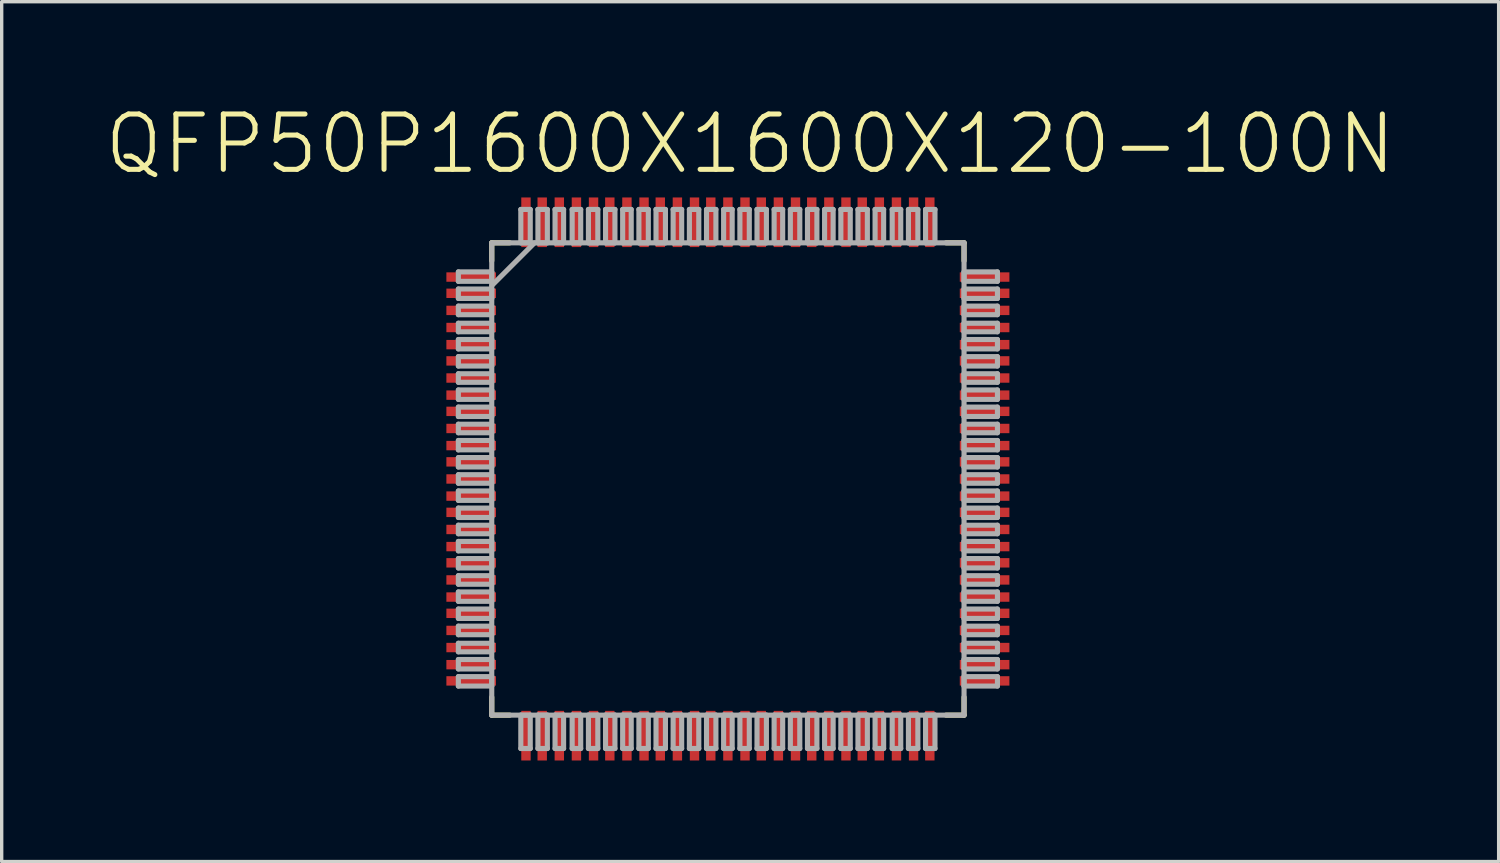
<source format=kicad_pcb>
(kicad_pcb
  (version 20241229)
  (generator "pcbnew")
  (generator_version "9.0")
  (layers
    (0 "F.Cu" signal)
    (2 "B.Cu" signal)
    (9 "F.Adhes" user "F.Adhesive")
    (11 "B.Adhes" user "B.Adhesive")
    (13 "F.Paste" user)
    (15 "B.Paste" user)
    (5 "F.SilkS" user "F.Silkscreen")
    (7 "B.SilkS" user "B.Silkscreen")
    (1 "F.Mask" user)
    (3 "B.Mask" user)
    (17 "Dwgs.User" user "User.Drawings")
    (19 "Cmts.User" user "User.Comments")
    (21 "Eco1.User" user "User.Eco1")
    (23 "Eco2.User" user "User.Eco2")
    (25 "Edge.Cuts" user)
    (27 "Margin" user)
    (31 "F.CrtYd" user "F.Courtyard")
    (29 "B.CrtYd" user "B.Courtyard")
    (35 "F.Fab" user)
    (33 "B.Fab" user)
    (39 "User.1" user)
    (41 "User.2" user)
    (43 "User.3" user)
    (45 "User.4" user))
  (footprint "QFP50P1600X1600X120-100N"
    (layer "F.Cu")
    (at 18.557 11.168)
    (property "Reference" "QFP50P1600X1600X120-100N" (at 0.661 -9.944 0) (layer "F.SilkS") (effects (font (size 1.642 1.642) (thickness 0.15))))
    (attr smd)
    (fp_line (start -7.01 -7.01) (end -7.01 -6.477) (stroke (width 0.152) (type solid)) (layer "F.SilkS"))
    (fp_line (start -7.01 6.477) (end -7.01 7.01) (stroke (width 0.152) (type solid)) (layer "F.SilkS"))
    (fp_line (start -7.01 7.01) (end -6.477 7.01) (stroke (width 0.152) (type solid)) (layer "F.SilkS"))
    (fp_line (start -6.477 -7.01) (end -7.01 -7.01) (stroke (width 0.152) (type solid)) (layer "F.SilkS"))
    (fp_line (start 6.477 7.01) (end 7.01 7.01) (stroke (width 0.152) (type solid)) (layer "F.SilkS"))
    (fp_line (start 7.01 -7.01) (end 6.477 -7.01) (stroke (width 0.152) (type solid)) (layer "F.SilkS"))
    (fp_line (start 7.01 -6.477) (end 7.01 -7.01) (stroke (width 0.152) (type solid)) (layer "F.SilkS"))
    (fp_line (start 7.01 7.01) (end 7.01 6.477) (stroke (width 0.152) (type solid)) (layer "F.SilkS"))
    (fp_line (start -8.001 -6.147) (end -8.001 -5.867) (stroke (width 0.152) (type solid)) (layer "F.Fab"))
    (fp_line (start -8.001 -5.867) (end -7.01 -5.867) (stroke (width 0.152) (type solid)) (layer "F.Fab"))
    (fp_line (start -8.001 -5.639) (end -8.001 -5.359) (stroke (width 0.152) (type solid)) (layer "F.Fab"))
    (fp_line (start -8.001 -5.359) (end -7.01 -5.359) (stroke (width 0.152) (type solid)) (layer "F.Fab"))
    (fp_line (start -8.001 -5.131) (end -8.001 -4.877) (stroke (width 0.152) (type solid)) (layer "F.Fab"))
    (fp_line (start -8.001 -4.877) (end -7.01 -4.877) (stroke (width 0.152) (type solid)) (layer "F.Fab"))
    (fp_line (start -8.001 -4.623) (end -8.001 -4.369) (stroke (width 0.152) (type solid)) (layer "F.Fab"))
    (fp_line (start -8.001 -4.369) (end -7.01 -4.369) (stroke (width 0.152) (type solid)) (layer "F.Fab"))
    (fp_line (start -8.001 -4.14) (end -8.001 -3.861) (stroke (width 0.152) (type solid)) (layer "F.Fab"))
    (fp_line (start -8.001 -3.861) (end -7.01 -3.861) (stroke (width 0.152) (type solid)) (layer "F.Fab"))
    (fp_line (start -8.001 -3.632) (end -8.001 -3.353) (stroke (width 0.152) (type solid)) (layer "F.Fab"))
    (fp_line (start -8.001 -3.353) (end -7.01 -3.353) (stroke (width 0.152) (type solid)) (layer "F.Fab"))
    (fp_line (start -8.001 -3.124) (end -8.001 -2.87) (stroke (width 0.152) (type solid)) (layer "F.Fab"))
    (fp_line (start -8.001 -2.87) (end -7.01 -2.87) (stroke (width 0.152) (type solid)) (layer "F.Fab"))
    (fp_line (start -8.001 -2.642) (end -8.001 -2.362) (stroke (width 0.152) (type solid)) (layer "F.Fab"))
    (fp_line (start -8.001 -2.362) (end -7.01 -2.362) (stroke (width 0.152) (type solid)) (layer "F.Fab"))
    (fp_line (start -8.001 -2.134) (end -8.001 -1.854) (stroke (width 0.152) (type solid)) (layer "F.Fab"))
    (fp_line (start -8.001 -1.854) (end -7.01 -1.854) (stroke (width 0.152) (type solid)) (layer "F.Fab"))
    (fp_line (start -8.001 -1.626) (end -8.001 -1.372) (stroke (width 0.152) (type solid)) (layer "F.Fab"))
    (fp_line (start -8.001 -1.372) (end -7.01 -1.372) (stroke (width 0.152) (type solid)) (layer "F.Fab"))
    (fp_line (start -8.001 -1.143) (end -8.001 -0.864) (stroke (width 0.152) (type solid)) (layer "F.Fab"))
    (fp_line (start -8.001 -0.864) (end -7.01 -0.864) (stroke (width 0.152) (type solid)) (layer "F.Fab"))
    (fp_line (start -8.001 -0.635) (end -8.001 -0.356) (stroke (width 0.152) (type solid)) (layer "F.Fab"))
    (fp_line (start -8.001 -0.356) (end -7.01 -0.356) (stroke (width 0.152) (type solid)) (layer "F.Fab"))
    (fp_line (start -8.001 -0.127) (end -8.001 0.127) (stroke (width 0.152) (type solid)) (layer "F.Fab"))
    (fp_line (start -8.001 0.127) (end -7.01 0.127) (stroke (width 0.152) (type solid)) (layer "F.Fab"))
    (fp_line (start -8.001 0.356) (end -8.001 0.635) (stroke (width 0.152) (type solid)) (layer "F.Fab"))
    (fp_line (start -8.001 0.635) (end -7.01 0.635) (stroke (width 0.152) (type solid)) (layer "F.Fab"))
    (fp_line (start -8.001 0.864) (end -8.001 1.143) (stroke (width 0.152) (type solid)) (layer "F.Fab"))
    (fp_line (start -8.001 1.143) (end -7.01 1.143) (stroke (width 0.152) (type solid)) (layer "F.Fab"))
    (fp_line (start -8.001 1.372) (end -8.001 1.626) (stroke (width 0.152) (type solid)) (layer "F.Fab"))
    (fp_line (start -8.001 1.626) (end -7.01 1.626) (stroke (width 0.152) (type solid)) (layer "F.Fab"))
    (fp_line (start -8.001 1.854) (end -8.001 2.134) (stroke (width 0.152) (type solid)) (layer "F.Fab"))
    (fp_line (start -8.001 2.134) (end -7.01 2.134) (stroke (width 0.152) (type solid)) (layer "F.Fab"))
    (fp_line (start -8.001 2.362) (end -8.001 2.642) (stroke (width 0.152) (type solid)) (layer "F.Fab"))
    (fp_line (start -8.001 2.642) (end -7.01 2.642) (stroke (width 0.152) (type solid)) (layer "F.Fab"))
    (fp_line (start -8.001 2.87) (end -8.001 3.124) (stroke (width 0.152) (type solid)) (layer "F.Fab"))
    (fp_line (start -8.001 3.124) (end -7.01 3.124) (stroke (width 0.152) (type solid)) (layer "F.Fab"))
    (fp_line (start -8.001 3.353) (end -8.001 3.632) (stroke (width 0.152) (type solid)) (layer "F.Fab"))
    (fp_line (start -8.001 3.632) (end -7.01 3.632) (stroke (width 0.152) (type solid)) (layer "F.Fab"))
    (fp_line (start -8.001 3.861) (end -8.001 4.14) (stroke (width 0.152) (type solid)) (layer "F.Fab"))
    (fp_line (start -8.001 4.14) (end -7.01 4.14) (stroke (width 0.152) (type solid)) (layer "F.Fab"))
    (fp_line (start -8.001 4.369) (end -8.001 4.623) (stroke (width 0.152) (type solid)) (layer "F.Fab"))
    (fp_line (start -8.001 4.623) (end -7.01 4.623) (stroke (width 0.152) (type solid)) (layer "F.Fab"))
    (fp_line (start -8.001 4.877) (end -8.001 5.131) (stroke (width 0.152) (type solid)) (layer "F.Fab"))
    (fp_line (start -8.001 5.131) (end -7.01 5.131) (stroke (width 0.152) (type solid)) (layer "F.Fab"))
    (fp_line (start -8.001 5.359) (end -8.001 5.639) (stroke (width 0.152) (type solid)) (layer "F.Fab"))
    (fp_line (start -8.001 5.639) (end -7.01 5.639) (stroke (width 0.152) (type solid)) (layer "F.Fab"))
    (fp_line (start -8.001 5.867) (end -8.001 6.147) (stroke (width 0.152) (type solid)) (layer "F.Fab"))
    (fp_line (start -8.001 6.147) (end -7.01 6.147) (stroke (width 0.152) (type solid)) (layer "F.Fab"))
    (fp_line (start -7.01 -7.01) (end -7.01 7.01) (stroke (width 0.152) (type solid)) (layer "F.Fab"))
    (fp_line (start -7.01 -6.147) (end -8.001 -6.147) (stroke (width 0.152) (type solid)) (layer "F.Fab"))
    (fp_line (start -7.01 -5.867) (end -7.01 -6.147) (stroke (width 0.152) (type solid)) (layer "F.Fab"))
    (fp_line (start -7.01 -5.74) (end -5.74 -7.01) (stroke (width 0.152) (type solid)) (layer "F.Fab"))
    (fp_line (start -7.01 -5.639) (end -8.001 -5.639) (stroke (width 0.152) (type solid)) (layer "F.Fab"))
    (fp_line (start -7.01 -5.359) (end -7.01 -5.639) (stroke (width 0.152) (type solid)) (layer "F.Fab"))
    (fp_line (start -7.01 -5.131) (end -8.001 -5.131) (stroke (width 0.152) (type solid)) (layer "F.Fab"))
    (fp_line (start -7.01 -4.877) (end -7.01 -5.131) (stroke (width 0.152) (type solid)) (layer "F.Fab"))
    (fp_line (start -7.01 -4.623) (end -8.001 -4.623) (stroke (width 0.152) (type solid)) (layer "F.Fab"))
    (fp_line (start -7.01 -4.369) (end -7.01 -4.623) (stroke (width 0.152) (type solid)) (layer "F.Fab"))
    (fp_line (start -7.01 -4.14) (end -8.001 -4.14) (stroke (width 0.152) (type solid)) (layer "F.Fab"))
    (fp_line (start -7.01 -3.861) (end -7.01 -4.14) (stroke (width 0.152) (type solid)) (layer "F.Fab"))
    (fp_line (start -7.01 -3.632) (end -8.001 -3.632) (stroke (width 0.152) (type solid)) (layer "F.Fab"))
    (fp_line (start -7.01 -3.353) (end -7.01 -3.632) (stroke (width 0.152) (type solid)) (layer "F.Fab"))
    (fp_line (start -7.01 -3.124) (end -8.001 -3.124) (stroke (width 0.152) (type solid)) (layer "F.Fab"))
    (fp_line (start -7.01 -2.87) (end -7.01 -3.124) (stroke (width 0.152) (type solid)) (layer "F.Fab"))
    (fp_line (start -7.01 -2.642) (end -8.001 -2.642) (stroke (width 0.152) (type solid)) (layer "F.Fab"))
    (fp_line (start -7.01 -2.362) (end -7.01 -2.642) (stroke (width 0.152) (type solid)) (layer "F.Fab"))
    (fp_line (start -7.01 -2.134) (end -8.001 -2.134) (stroke (width 0.152) (type solid)) (layer "F.Fab"))
    (fp_line (start -7.01 -1.854) (end -7.01 -2.134) (stroke (width 0.152) (type solid)) (layer "F.Fab"))
    (fp_line (start -7.01 -1.626) (end -8.001 -1.626) (stroke (width 0.152) (type solid)) (layer "F.Fab"))
    (fp_line (start -7.01 -1.372) (end -7.01 -1.626) (stroke (width 0.152) (type solid)) (layer "F.Fab"))
    (fp_line (start -7.01 -1.143) (end -8.001 -1.143) (stroke (width 0.152) (type solid)) (layer "F.Fab"))
    (fp_line (start -7.01 -0.864) (end -7.01 -1.143) (stroke (width 0.152) (type solid)) (layer "F.Fab"))
    (fp_line (start -7.01 -0.635) (end -8.001 -0.635) (stroke (width 0.152) (type solid)) (layer "F.Fab"))
    (fp_line (start -7.01 -0.356) (end -7.01 -0.635) (stroke (width 0.152) (type solid)) (layer "F.Fab"))
    (fp_line (start -7.01 -0.127) (end -8.001 -0.127) (stroke (width 0.152) (type solid)) (layer "F.Fab"))
    (fp_line (start -7.01 0.127) (end -7.01 -0.127) (stroke (width 0.152) (type solid)) (layer "F.Fab"))
    (fp_line (start -7.01 0.356) (end -8.001 0.356) (stroke (width 0.152) (type solid)) (layer "F.Fab"))
    (fp_line (start -7.01 0.635) (end -7.01 0.356) (stroke (width 0.152) (type solid)) (layer "F.Fab"))
    (fp_line (start -7.01 0.864) (end -8.001 0.864) (stroke (width 0.152) (type solid)) (layer "F.Fab"))
    (fp_line (start -7.01 1.143) (end -7.01 0.864) (stroke (width 0.152) (type solid)) (layer "F.Fab"))
    (fp_line (start -7.01 1.372) (end -8.001 1.372) (stroke (width 0.152) (type solid)) (layer "F.Fab"))
    (fp_line (start -7.01 1.626) (end -7.01 1.372) (stroke (width 0.152) (type solid)) (layer "F.Fab"))
    (fp_line (start -7.01 1.854) (end -8.001 1.854) (stroke (width 0.152) (type solid)) (layer "F.Fab"))
    (fp_line (start -7.01 2.134) (end -7.01 1.854) (stroke (width 0.152) (type solid)) (layer "F.Fab"))
    (fp_line (start -7.01 2.362) (end -8.001 2.362) (stroke (width 0.152) (type solid)) (layer "F.Fab"))
    (fp_line (start -7.01 2.642) (end -7.01 2.362) (stroke (width 0.152) (type solid)) (layer "F.Fab"))
    (fp_line (start -7.01 2.87) (end -8.001 2.87) (stroke (width 0.152) (type solid)) (layer "F.Fab"))
    (fp_line (start -7.01 3.124) (end -7.01 2.87) (stroke (width 0.152) (type solid)) (layer "F.Fab"))
    (fp_line (start -7.01 3.353) (end -8.001 3.353) (stroke (width 0.152) (type solid)) (layer "F.Fab"))
    (fp_line (start -7.01 3.632) (end -7.01 3.353) (stroke (width 0.152) (type solid)) (layer "F.Fab"))
    (fp_line (start -7.01 3.861) (end -8.001 3.861) (stroke (width 0.152) (type solid)) (layer "F.Fab"))
    (fp_line (start -7.01 4.14) (end -7.01 3.861) (stroke (width 0.152) (type solid)) (layer "F.Fab"))
    (fp_line (start -7.01 4.369) (end -8.001 4.369) (stroke (width 0.152) (type solid)) (layer "F.Fab"))
    (fp_line (start -7.01 4.623) (end -7.01 4.369) (stroke (width 0.152) (type solid)) (layer "F.Fab"))
    (fp_line (start -7.01 4.877) (end -8.001 4.877) (stroke (width 0.152) (type solid)) (layer "F.Fab"))
    (fp_line (start -7.01 5.131) (end -7.01 4.877) (stroke (width 0.152) (type solid)) (layer "F.Fab"))
    (fp_line (start -7.01 5.359) (end -8.001 5.359) (stroke (width 0.152) (type solid)) (layer "F.Fab"))
    (fp_line (start -7.01 5.639) (end -7.01 5.359) (stroke (width 0.152) (type solid)) (layer "F.Fab"))
    (fp_line (start -7.01 5.867) (end -8.001 5.867) (stroke (width 0.152) (type solid)) (layer "F.Fab"))
    (fp_line (start -7.01 6.147) (end -7.01 5.867) (stroke (width 0.152) (type solid)) (layer "F.Fab"))
    (fp_line (start -7.01 7.01) (end 7.01 7.01) (stroke (width 0.152) (type solid)) (layer "F.Fab"))
    (fp_line (start -6.147 -8.001) (end -6.147 -7.01) (stroke (width 0.152) (type solid)) (layer "F.Fab"))
    (fp_line (start -6.147 -7.01) (end -5.867 -7.01) (stroke (width 0.152) (type solid)) (layer "F.Fab"))
    (fp_line (start -6.147 7.01) (end -6.147 8.001) (stroke (width 0.152) (type solid)) (layer "F.Fab"))
    (fp_line (start -6.147 8.001) (end -5.867 8.001) (stroke (width 0.152) (type solid)) (layer "F.Fab"))
    (fp_line (start -5.867 -8.001) (end -6.147 -8.001) (stroke (width 0.152) (type solid)) (layer "F.Fab"))
    (fp_line (start -5.867 -7.01) (end -5.867 -8.001) (stroke (width 0.152) (type solid)) (layer "F.Fab"))
    (fp_line (start -5.867 7.01) (end -6.147 7.01) (stroke (width 0.152) (type solid)) (layer "F.Fab"))
    (fp_line (start -5.867 8.001) (end -5.867 7.01) (stroke (width 0.152) (type solid)) (layer "F.Fab"))
    (fp_line (start -5.639 -8.001) (end -5.639 -7.01) (stroke (width 0.152) (type solid)) (layer "F.Fab"))
    (fp_line (start -5.639 -7.01) (end -5.359 -7.01) (stroke (width 0.152) (type solid)) (layer "F.Fab"))
    (fp_line (start -5.639 7.01) (end -5.639 8.001) (stroke (width 0.152) (type solid)) (layer "F.Fab"))
    (fp_line (start -5.639 8.001) (end -5.359 8.001) (stroke (width 0.152) (type solid)) (layer "F.Fab"))
    (fp_line (start -5.359 -8.001) (end -5.639 -8.001) (stroke (width 0.152) (type solid)) (layer "F.Fab"))
    (fp_line (start -5.359 -7.01) (end -5.359 -8.001) (stroke (width 0.152) (type solid)) (layer "F.Fab"))
    (fp_line (start -5.359 7.01) (end -5.639 7.01) (stroke (width 0.152) (type solid)) (layer "F.Fab"))
    (fp_line (start -5.359 8.001) (end -5.359 7.01) (stroke (width 0.152) (type solid)) (layer "F.Fab"))
    (fp_line (start -5.131 -8.001) (end -5.131 -7.01) (stroke (width 0.152) (type solid)) (layer "F.Fab"))
    (fp_line (start -5.131 -7.01) (end -4.877 -7.01) (stroke (width 0.152) (type solid)) (layer "F.Fab"))
    (fp_line (start -5.131 7.01) (end -5.131 8.001) (stroke (width 0.152) (type solid)) (layer "F.Fab"))
    (fp_line (start -5.131 8.001) (end -4.877 8.001) (stroke (width 0.152) (type solid)) (layer "F.Fab"))
    (fp_line (start -4.877 -8.001) (end -5.131 -8.001) (stroke (width 0.152) (type solid)) (layer "F.Fab"))
    (fp_line (start -4.877 -7.01) (end -4.877 -8.001) (stroke (width 0.152) (type solid)) (layer "F.Fab"))
    (fp_line (start -4.877 7.01) (end -5.131 7.01) (stroke (width 0.152) (type solid)) (layer "F.Fab"))
    (fp_line (start -4.877 8.001) (end -4.877 7.01) (stroke (width 0.152) (type solid)) (layer "F.Fab"))
    (fp_line (start -4.623 -8.001) (end -4.623 -7.01) (stroke (width 0.152) (type solid)) (layer "F.Fab"))
    (fp_line (start -4.623 -7.01) (end -4.369 -7.01) (stroke (width 0.152) (type solid)) (layer "F.Fab"))
    (fp_line (start -4.623 7.01) (end -4.623 8.001) (stroke (width 0.152) (type solid)) (layer "F.Fab"))
    (fp_line (start -4.623 8.001) (end -4.369 8.001) (stroke (width 0.152) (type solid)) (layer "F.Fab"))
    (fp_line (start -4.369 -8.001) (end -4.623 -8.001) (stroke (width 0.152) (type solid)) (layer "F.Fab"))
    (fp_line (start -4.369 -7.01) (end -4.369 -8.001) (stroke (width 0.152) (type solid)) (layer "F.Fab"))
    (fp_line (start -4.369 7.01) (end -4.623 7.01) (stroke (width 0.152) (type solid)) (layer "F.Fab"))
    (fp_line (start -4.369 8.001) (end -4.369 7.01) (stroke (width 0.152) (type solid)) (layer "F.Fab"))
    (fp_line (start -4.14 -8.001) (end -4.14 -7.01) (stroke (width 0.152) (type solid)) (layer "F.Fab"))
    (fp_line (start -4.14 -7.01) (end -3.861 -7.01) (stroke (width 0.152) (type solid)) (layer "F.Fab"))
    (fp_line (start -4.14 7.01) (end -4.14 8.001) (stroke (width 0.152) (type solid)) (layer "F.Fab"))
    (fp_line (start -4.14 8.001) (end -3.861 8.001) (stroke (width 0.152) (type solid)) (layer "F.Fab"))
    (fp_line (start -3.861 -8.001) (end -4.14 -8.001) (stroke (width 0.152) (type solid)) (layer "F.Fab"))
    (fp_line (start -3.861 -7.01) (end -3.861 -8.001) (stroke (width 0.152) (type solid)) (layer "F.Fab"))
    (fp_line (start -3.861 7.01) (end -4.14 7.01) (stroke (width 0.152) (type solid)) (layer "F.Fab"))
    (fp_line (start -3.861 8.001) (end -3.861 7.01) (stroke (width 0.152) (type solid)) (layer "F.Fab"))
    (fp_line (start -3.632 -8.001) (end -3.632 -7.01) (stroke (width 0.152) (type solid)) (layer "F.Fab"))
    (fp_line (start -3.632 -7.01) (end -3.353 -7.01) (stroke (width 0.152) (type solid)) (layer "F.Fab"))
    (fp_line (start -3.632 7.01) (end -3.632 8.001) (stroke (width 0.152) (type solid)) (layer "F.Fab"))
    (fp_line (start -3.632 8.001) (end -3.353 8.001) (stroke (width 0.152) (type solid)) (layer "F.Fab"))
    (fp_line (start -3.353 -8.001) (end -3.632 -8.001) (stroke (width 0.152) (type solid)) (layer "F.Fab"))
    (fp_line (start -3.353 -7.01) (end -3.353 -8.001) (stroke (width 0.152) (type solid)) (layer "F.Fab"))
    (fp_line (start -3.353 7.01) (end -3.632 7.01) (stroke (width 0.152) (type solid)) (layer "F.Fab"))
    (fp_line (start -3.353 8.001) (end -3.353 7.01) (stroke (width 0.152) (type solid)) (layer "F.Fab"))
    (fp_line (start -3.124 -8.001) (end -3.124 -7.01) (stroke (width 0.152) (type solid)) (layer "F.Fab"))
    (fp_line (start -3.124 -7.01) (end -2.87 -7.01) (stroke (width 0.152) (type solid)) (layer "F.Fab"))
    (fp_line (start -3.124 7.01) (end -3.124 8.001) (stroke (width 0.152) (type solid)) (layer "F.Fab"))
    (fp_line (start -3.124 8.001) (end -2.87 8.001) (stroke (width 0.152) (type solid)) (layer "F.Fab"))
    (fp_line (start -2.87 -8.001) (end -3.124 -8.001) (stroke (width 0.152) (type solid)) (layer "F.Fab"))
    (fp_line (start -2.87 -7.01) (end -2.87 -8.001) (stroke (width 0.152) (type solid)) (layer "F.Fab"))
    (fp_line (start -2.87 7.01) (end -3.124 7.01) (stroke (width 0.152) (type solid)) (layer "F.Fab"))
    (fp_line (start -2.87 8.001) (end -2.87 7.01) (stroke (width 0.152) (type solid)) (layer "F.Fab"))
    (fp_line (start -2.642 -8.001) (end -2.642 -7.01) (stroke (width 0.152) (type solid)) (layer "F.Fab"))
    (fp_line (start -2.642 -7.01) (end -2.362 -7.01) (stroke (width 0.152) (type solid)) (layer "F.Fab"))
    (fp_line (start -2.642 7.01) (end -2.642 8.001) (stroke (width 0.152) (type solid)) (layer "F.Fab"))
    (fp_line (start -2.642 8.001) (end -2.362 8.001) (stroke (width 0.152) (type solid)) (layer "F.Fab"))
    (fp_line (start -2.362 -8.001) (end -2.642 -8.001) (stroke (width 0.152) (type solid)) (layer "F.Fab"))
    (fp_line (start -2.362 -7.01) (end -2.362 -8.001) (stroke (width 0.152) (type solid)) (layer "F.Fab"))
    (fp_line (start -2.362 7.01) (end -2.642 7.01) (stroke (width 0.152) (type solid)) (layer "F.Fab"))
    (fp_line (start -2.362 8.001) (end -2.362 7.01) (stroke (width 0.152) (type solid)) (layer "F.Fab"))
    (fp_line (start -2.134 -8.001) (end -2.134 -7.01) (stroke (width 0.152) (type solid)) (layer "F.Fab"))
    (fp_line (start -2.134 -7.01) (end -1.854 -7.01) (stroke (width 0.152) (type solid)) (layer "F.Fab"))
    (fp_line (start -2.134 7.01) (end -2.134 8.001) (stroke (width 0.152) (type solid)) (layer "F.Fab"))
    (fp_line (start -2.134 8.001) (end -1.854 8.001) (stroke (width 0.152) (type solid)) (layer "F.Fab"))
    (fp_line (start -1.854 -8.001) (end -2.134 -8.001) (stroke (width 0.152) (type solid)) (layer "F.Fab"))
    (fp_line (start -1.854 -7.01) (end -1.854 -8.001) (stroke (width 0.152) (type solid)) (layer "F.Fab"))
    (fp_line (start -1.854 7.01) (end -2.134 7.01) (stroke (width 0.152) (type solid)) (layer "F.Fab"))
    (fp_line (start -1.854 8.001) (end -1.854 7.01) (stroke (width 0.152) (type solid)) (layer "F.Fab"))
    (fp_line (start -1.626 -8.001) (end -1.626 -7.01) (stroke (width 0.152) (type solid)) (layer "F.Fab"))
    (fp_line (start -1.626 -7.01) (end -1.372 -7.01) (stroke (width 0.152) (type solid)) (layer "F.Fab"))
    (fp_line (start -1.626 7.01) (end -1.626 8.001) (stroke (width 0.152) (type solid)) (layer "F.Fab"))
    (fp_line (start -1.626 8.001) (end -1.372 8.001) (stroke (width 0.152) (type solid)) (layer "F.Fab"))
    (fp_line (start -1.372 -8.001) (end -1.626 -8.001) (stroke (width 0.152) (type solid)) (layer "F.Fab"))
    (fp_line (start -1.372 -7.01) (end -1.372 -8.001) (stroke (width 0.152) (type solid)) (layer "F.Fab"))
    (fp_line (start -1.372 7.01) (end -1.626 7.01) (stroke (width 0.152) (type solid)) (layer "F.Fab"))
    (fp_line (start -1.372 8.001) (end -1.372 7.01) (stroke (width 0.152) (type solid)) (layer "F.Fab"))
    (fp_line (start -1.143 -8.001) (end -1.143 -7.01) (stroke (width 0.152) (type solid)) (layer "F.Fab"))
    (fp_line (start -1.143 -7.01) (end -0.864 -7.01) (stroke (width 0.152) (type solid)) (layer "F.Fab"))
    (fp_line (start -1.143 7.01) (end -1.143 8.001) (stroke (width 0.152) (type solid)) (layer "F.Fab"))
    (fp_line (start -1.143 8.001) (end -0.864 8.001) (stroke (width 0.152) (type solid)) (layer "F.Fab"))
    (fp_line (start -0.864 -8.001) (end -1.143 -8.001) (stroke (width 0.152) (type solid)) (layer "F.Fab"))
    (fp_line (start -0.864 -7.01) (end -0.864 -8.001) (stroke (width 0.152) (type solid)) (layer "F.Fab"))
    (fp_line (start -0.864 7.01) (end -1.143 7.01) (stroke (width 0.152) (type solid)) (layer "F.Fab"))
    (fp_line (start -0.864 8.001) (end -0.864 7.01) (stroke (width 0.152) (type solid)) (layer "F.Fab"))
    (fp_line (start -0.635 -8.001) (end -0.635 -7.01) (stroke (width 0.152) (type solid)) (layer "F.Fab"))
    (fp_line (start -0.635 -7.01) (end -0.356 -7.01) (stroke (width 0.152) (type solid)) (layer "F.Fab"))
    (fp_line (start -0.635 7.01) (end -0.635 8.001) (stroke (width 0.152) (type solid)) (layer "F.Fab"))
    (fp_line (start -0.635 8.001) (end -0.356 8.001) (stroke (width 0.152) (type solid)) (layer "F.Fab"))
    (fp_line (start -0.356 -8.001) (end -0.635 -8.001) (stroke (width 0.152) (type solid)) (layer "F.Fab"))
    (fp_line (start -0.356 -7.01) (end -0.356 -8.001) (stroke (width 0.152) (type solid)) (layer "F.Fab"))
    (fp_line (start -0.356 7.01) (end -0.635 7.01) (stroke (width 0.152) (type solid)) (layer "F.Fab"))
    (fp_line (start -0.356 8.001) (end -0.356 7.01) (stroke (width 0.152) (type solid)) (layer "F.Fab"))
    (fp_line (start -0.127 -8.001) (end -0.127 -7.01) (stroke (width 0.152) (type solid)) (layer "F.Fab"))
    (fp_line (start -0.127 -7.01) (end 0.127 -7.01) (stroke (width 0.152) (type solid)) (layer "F.Fab"))
    (fp_line (start -0.127 7.01) (end -0.127 8.001) (stroke (width 0.152) (type solid)) (layer "F.Fab"))
    (fp_line (start -0.127 8.001) (end 0.127 8.001) (stroke (width 0.152) (type solid)) (layer "F.Fab"))
    (fp_line (start 0.127 -8.001) (end -0.127 -8.001) (stroke (width 0.152) (type solid)) (layer "F.Fab"))
    (fp_line (start 0.127 -7.01) (end 0.127 -8.001) (stroke (width 0.152) (type solid)) (layer "F.Fab"))
    (fp_line (start 0.127 7.01) (end -0.127 7.01) (stroke (width 0.152) (type solid)) (layer "F.Fab"))
    (fp_line (start 0.127 8.001) (end 0.127 7.01) (stroke (width 0.152) (type solid)) (layer "F.Fab"))
    (fp_line (start 0.356 -8.001) (end 0.356 -7.01) (stroke (width 0.152) (type solid)) (layer "F.Fab"))
    (fp_line (start 0.356 -7.01) (end 0.635 -7.01) (stroke (width 0.152) (type solid)) (layer "F.Fab"))
    (fp_line (start 0.356 7.01) (end 0.356 8.001) (stroke (width 0.152) (type solid)) (layer "F.Fab"))
    (fp_line (start 0.356 8.001) (end 0.635 8.001) (stroke (width 0.152) (type solid)) (layer "F.Fab"))
    (fp_line (start 0.635 -8.001) (end 0.356 -8.001) (stroke (width 0.152) (type solid)) (layer "F.Fab"))
    (fp_line (start 0.635 -7.01) (end 0.635 -8.001) (stroke (width 0.152) (type solid)) (layer "F.Fab"))
    (fp_line (start 0.635 7.01) (end 0.356 7.01) (stroke (width 0.152) (type solid)) (layer "F.Fab"))
    (fp_line (start 0.635 8.001) (end 0.635 7.01) (stroke (width 0.152) (type solid)) (layer "F.Fab"))
    (fp_line (start 0.864 -8.001) (end 0.864 -7.01) (stroke (width 0.152) (type solid)) (layer "F.Fab"))
    (fp_line (start 0.864 -7.01) (end 1.143 -7.01) (stroke (width 0.152) (type solid)) (layer "F.Fab"))
    (fp_line (start 0.864 7.01) (end 0.864 8.001) (stroke (width 0.152) (type solid)) (layer "F.Fab"))
    (fp_line (start 0.864 8.001) (end 1.143 8.001) (stroke (width 0.152) (type solid)) (layer "F.Fab"))
    (fp_line (start 1.143 -8.001) (end 0.864 -8.001) (stroke (width 0.152) (type solid)) (layer "F.Fab"))
    (fp_line (start 1.143 -7.01) (end 1.143 -8.001) (stroke (width 0.152) (type solid)) (layer "F.Fab"))
    (fp_line (start 1.143 7.01) (end 0.864 7.01) (stroke (width 0.152) (type solid)) (layer "F.Fab"))
    (fp_line (start 1.143 8.001) (end 1.143 7.01) (stroke (width 0.152) (type solid)) (layer "F.Fab"))
    (fp_line (start 1.372 -8.001) (end 1.372 -7.01) (stroke (width 0.152) (type solid)) (layer "F.Fab"))
    (fp_line (start 1.372 -7.01) (end 1.626 -7.01) (stroke (width 0.152) (type solid)) (layer "F.Fab"))
    (fp_line (start 1.372 7.01) (end 1.372 8.001) (stroke (width 0.152) (type solid)) (layer "F.Fab"))
    (fp_line (start 1.372 8.001) (end 1.626 8.001) (stroke (width 0.152) (type solid)) (layer "F.Fab"))
    (fp_line (start 1.626 -8.001) (end 1.372 -8.001) (stroke (width 0.152) (type solid)) (layer "F.Fab"))
    (fp_line (start 1.626 -7.01) (end 1.626 -8.001) (stroke (width 0.152) (type solid)) (layer "F.Fab"))
    (fp_line (start 1.626 7.01) (end 1.372 7.01) (stroke (width 0.152) (type solid)) (layer "F.Fab"))
    (fp_line (start 1.626 8.001) (end 1.626 7.01) (stroke (width 0.152) (type solid)) (layer "F.Fab"))
    (fp_line (start 1.854 -8.001) (end 1.854 -7.01) (stroke (width 0.152) (type solid)) (layer "F.Fab"))
    (fp_line (start 1.854 -7.01) (end 2.134 -7.01) (stroke (width 0.152) (type solid)) (layer "F.Fab"))
    (fp_line (start 1.854 7.01) (end 1.854 8.001) (stroke (width 0.152) (type solid)) (layer "F.Fab"))
    (fp_line (start 1.854 8.001) (end 2.134 8.001) (stroke (width 0.152) (type solid)) (layer "F.Fab"))
    (fp_line (start 2.134 -8.001) (end 1.854 -8.001) (stroke (width 0.152) (type solid)) (layer "F.Fab"))
    (fp_line (start 2.134 -7.01) (end 2.134 -8.001) (stroke (width 0.152) (type solid)) (layer "F.Fab"))
    (fp_line (start 2.134 7.01) (end 1.854 7.01) (stroke (width 0.152) (type solid)) (layer "F.Fab"))
    (fp_line (start 2.134 8.001) (end 2.134 7.01) (stroke (width 0.152) (type solid)) (layer "F.Fab"))
    (fp_line (start 2.362 -8.001) (end 2.362 -7.01) (stroke (width 0.152) (type solid)) (layer "F.Fab"))
    (fp_line (start 2.362 -7.01) (end 2.642 -7.01) (stroke (width 0.152) (type solid)) (layer "F.Fab"))
    (fp_line (start 2.362 7.01) (end 2.362 8.001) (stroke (width 0.152) (type solid)) (layer "F.Fab"))
    (fp_line (start 2.362 8.001) (end 2.642 8.001) (stroke (width 0.152) (type solid)) (layer "F.Fab"))
    (fp_line (start 2.642 -8.001) (end 2.362 -8.001) (stroke (width 0.152) (type solid)) (layer "F.Fab"))
    (fp_line (start 2.642 -7.01) (end 2.642 -8.001) (stroke (width 0.152) (type solid)) (layer "F.Fab"))
    (fp_line (start 2.642 7.01) (end 2.362 7.01) (stroke (width 0.152) (type solid)) (layer "F.Fab"))
    (fp_line (start 2.642 8.001) (end 2.642 7.01) (stroke (width 0.152) (type solid)) (layer "F.Fab"))
    (fp_line (start 2.87 -8.001) (end 2.87 -7.01) (stroke (width 0.152) (type solid)) (layer "F.Fab"))
    (fp_line (start 2.87 -7.01) (end 3.124 -7.01) (stroke (width 0.152) (type solid)) (layer "F.Fab"))
    (fp_line (start 2.87 7.01) (end 2.87 8.001) (stroke (width 0.152) (type solid)) (layer "F.Fab"))
    (fp_line (start 2.87 8.001) (end 3.124 8.001) (stroke (width 0.152) (type solid)) (layer "F.Fab"))
    (fp_line (start 3.124 -8.001) (end 2.87 -8.001) (stroke (width 0.152) (type solid)) (layer "F.Fab"))
    (fp_line (start 3.124 -7.01) (end 3.124 -8.001) (stroke (width 0.152) (type solid)) (layer "F.Fab"))
    (fp_line (start 3.124 7.01) (end 2.87 7.01) (stroke (width 0.152) (type solid)) (layer "F.Fab"))
    (fp_line (start 3.124 8.001) (end 3.124 7.01) (stroke (width 0.152) (type solid)) (layer "F.Fab"))
    (fp_line (start 3.353 -8.001) (end 3.353 -7.01) (stroke (width 0.152) (type solid)) (layer "F.Fab"))
    (fp_line (start 3.353 -7.01) (end 3.632 -7.01) (stroke (width 0.152) (type solid)) (layer "F.Fab"))
    (fp_line (start 3.353 7.01) (end 3.353 8.001) (stroke (width 0.152) (type solid)) (layer "F.Fab"))
    (fp_line (start 3.353 8.001) (end 3.632 8.001) (stroke (width 0.152) (type solid)) (layer "F.Fab"))
    (fp_line (start 3.632 -8.001) (end 3.353 -8.001) (stroke (width 0.152) (type solid)) (layer "F.Fab"))
    (fp_line (start 3.632 -7.01) (end 3.632 -8.001) (stroke (width 0.152) (type solid)) (layer "F.Fab"))
    (fp_line (start 3.632 7.01) (end 3.353 7.01) (stroke (width 0.152) (type solid)) (layer "F.Fab"))
    (fp_line (start 3.632 8.001) (end 3.632 7.01) (stroke (width 0.152) (type solid)) (layer "F.Fab"))
    (fp_line (start 3.861 -8.001) (end 3.861 -7.01) (stroke (width 0.152) (type solid)) (layer "F.Fab"))
    (fp_line (start 3.861 -7.01) (end 4.14 -7.01) (stroke (width 0.152) (type solid)) (layer "F.Fab"))
    (fp_line (start 3.861 7.01) (end 3.861 8.001) (stroke (width 0.152) (type solid)) (layer "F.Fab"))
    (fp_line (start 3.861 8.001) (end 4.14 8.001) (stroke (width 0.152) (type solid)) (layer "F.Fab"))
    (fp_line (start 4.14 -8.001) (end 3.861 -8.001) (stroke (width 0.152) (type solid)) (layer "F.Fab"))
    (fp_line (start 4.14 -7.01) (end 4.14 -8.001) (stroke (width 0.152) (type solid)) (layer "F.Fab"))
    (fp_line (start 4.14 7.01) (end 3.861 7.01) (stroke (width 0.152) (type solid)) (layer "F.Fab"))
    (fp_line (start 4.14 8.001) (end 4.14 7.01) (stroke (width 0.152) (type solid)) (layer "F.Fab"))
    (fp_line (start 4.369 -8.001) (end 4.369 -7.01) (stroke (width 0.152) (type solid)) (layer "F.Fab"))
    (fp_line (start 4.369 -7.01) (end 4.623 -7.01) (stroke (width 0.152) (type solid)) (layer "F.Fab"))
    (fp_line (start 4.369 7.01) (end 4.369 8.001) (stroke (width 0.152) (type solid)) (layer "F.Fab"))
    (fp_line (start 4.369 8.001) (end 4.623 8.001) (stroke (width 0.152) (type solid)) (layer "F.Fab"))
    (fp_line (start 4.623 -8.001) (end 4.369 -8.001) (stroke (width 0.152) (type solid)) (layer "F.Fab"))
    (fp_line (start 4.623 -7.01) (end 4.623 -8.001) (stroke (width 0.152) (type solid)) (layer "F.Fab"))
    (fp_line (start 4.623 7.01) (end 4.369 7.01) (stroke (width 0.152) (type solid)) (layer "F.Fab"))
    (fp_line (start 4.623 8.001) (end 4.623 7.01) (stroke (width 0.152) (type solid)) (layer "F.Fab"))
    (fp_line (start 4.877 -8.001) (end 4.877 -7.01) (stroke (width 0.152) (type solid)) (layer "F.Fab"))
    (fp_line (start 4.877 -7.01) (end 5.131 -7.01) (stroke (width 0.152) (type solid)) (layer "F.Fab"))
    (fp_line (start 4.877 7.01) (end 4.877 8.001) (stroke (width 0.152) (type solid)) (layer "F.Fab"))
    (fp_line (start 4.877 8.001) (end 5.131 8.001) (stroke (width 0.152) (type solid)) (layer "F.Fab"))
    (fp_line (start 5.131 -8.001) (end 4.877 -8.001) (stroke (width 0.152) (type solid)) (layer "F.Fab"))
    (fp_line (start 5.131 -7.01) (end 5.131 -8.001) (stroke (width 0.152) (type solid)) (layer "F.Fab"))
    (fp_line (start 5.131 7.01) (end 4.877 7.01) (stroke (width 0.152) (type solid)) (layer "F.Fab"))
    (fp_line (start 5.131 8.001) (end 5.131 7.01) (stroke (width 0.152) (type solid)) (layer "F.Fab"))
    (fp_line (start 5.359 -8.001) (end 5.359 -7.01) (stroke (width 0.152) (type solid)) (layer "F.Fab"))
    (fp_line (start 5.359 -7.01) (end 5.639 -7.01) (stroke (width 0.152) (type solid)) (layer "F.Fab"))
    (fp_line (start 5.359 7.01) (end 5.359 8.001) (stroke (width 0.152) (type solid)) (layer "F.Fab"))
    (fp_line (start 5.359 8.001) (end 5.639 8.001) (stroke (width 0.152) (type solid)) (layer "F.Fab"))
    (fp_line (start 5.639 -8.001) (end 5.359 -8.001) (stroke (width 0.152) (type solid)) (layer "F.Fab"))
    (fp_line (start 5.639 -7.01) (end 5.639 -8.001) (stroke (width 0.152) (type solid)) (layer "F.Fab"))
    (fp_line (start 5.639 7.01) (end 5.359 7.01) (stroke (width 0.152) (type solid)) (layer "F.Fab"))
    (fp_line (start 5.639 8.001) (end 5.639 7.01) (stroke (width 0.152) (type solid)) (layer "F.Fab"))
    (fp_line (start 5.867 -8.001) (end 5.867 -7.01) (stroke (width 0.152) (type solid)) (layer "F.Fab"))
    (fp_line (start 5.867 -7.01) (end 6.147 -7.01) (stroke (width 0.152) (type solid)) (layer "F.Fab"))
    (fp_line (start 5.867 7.01) (end 5.867 8.001) (stroke (width 0.152) (type solid)) (layer "F.Fab"))
    (fp_line (start 5.867 8.001) (end 6.147 8.001) (stroke (width 0.152) (type solid)) (layer "F.Fab"))
    (fp_line (start 6.147 -8.001) (end 5.867 -8.001) (stroke (width 0.152) (type solid)) (layer "F.Fab"))
    (fp_line (start 6.147 -7.01) (end 6.147 -8.001) (stroke (width 0.152) (type solid)) (layer "F.Fab"))
    (fp_line (start 6.147 7.01) (end 5.867 7.01) (stroke (width 0.152) (type solid)) (layer "F.Fab"))
    (fp_line (start 6.147 8.001) (end 6.147 7.01) (stroke (width 0.152) (type solid)) (layer "F.Fab"))
    (fp_line (start 7.01 -7.01) (end -7.01 -7.01) (stroke (width 0.152) (type solid)) (layer "F.Fab"))
    (fp_line (start 7.01 -6.147) (end 7.01 -5.867) (stroke (width 0.152) (type solid)) (layer "F.Fab"))
    (fp_line (start 7.01 -5.867) (end 8.001 -5.867) (stroke (width 0.152) (type solid)) (layer "F.Fab"))
    (fp_line (start 7.01 -5.639) (end 7.01 -5.359) (stroke (width 0.152) (type solid)) (layer "F.Fab"))
    (fp_line (start 7.01 -5.359) (end 8.001 -5.359) (stroke (width 0.152) (type solid)) (layer "F.Fab"))
    (fp_line (start 7.01 -5.131) (end 7.01 -4.877) (stroke (width 0.152) (type solid)) (layer "F.Fab"))
    (fp_line (start 7.01 -4.877) (end 8.001 -4.877) (stroke (width 0.152) (type solid)) (layer "F.Fab"))
    (fp_line (start 7.01 -4.623) (end 7.01 -4.369) (stroke (width 0.152) (type solid)) (layer "F.Fab"))
    (fp_line (start 7.01 -4.369) (end 8.001 -4.369) (stroke (width 0.152) (type solid)) (layer "F.Fab"))
    (fp_line (start 7.01 -4.14) (end 7.01 -3.861) (stroke (width 0.152) (type solid)) (layer "F.Fab"))
    (fp_line (start 7.01 -3.861) (end 8.001 -3.861) (stroke (width 0.152) (type solid)) (layer "F.Fab"))
    (fp_line (start 7.01 -3.632) (end 7.01 -3.353) (stroke (width 0.152) (type solid)) (layer "F.Fab"))
    (fp_line (start 7.01 -3.353) (end 8.001 -3.353) (stroke (width 0.152) (type solid)) (layer "F.Fab"))
    (fp_line (start 7.01 -3.124) (end 7.01 -2.87) (stroke (width 0.152) (type solid)) (layer "F.Fab"))
    (fp_line (start 7.01 -2.87) (end 8.001 -2.87) (stroke (width 0.152) (type solid)) (layer "F.Fab"))
    (fp_line (start 7.01 -2.642) (end 7.01 -2.362) (stroke (width 0.152) (type solid)) (layer "F.Fab"))
    (fp_line (start 7.01 -2.362) (end 8.001 -2.362) (stroke (width 0.152) (type solid)) (layer "F.Fab"))
    (fp_line (start 7.01 -2.134) (end 7.01 -1.854) (stroke (width 0.152) (type solid)) (layer "F.Fab"))
    (fp_line (start 7.01 -1.854) (end 8.001 -1.854) (stroke (width 0.152) (type solid)) (layer "F.Fab"))
    (fp_line (start 7.01 -1.626) (end 7.01 -1.372) (stroke (width 0.152) (type solid)) (layer "F.Fab"))
    (fp_line (start 7.01 -1.372) (end 8.001 -1.372) (stroke (width 0.152) (type solid)) (layer "F.Fab"))
    (fp_line (start 7.01 -1.143) (end 7.01 -0.864) (stroke (width 0.152) (type solid)) (layer "F.Fab"))
    (fp_line (start 7.01 -0.864) (end 8.001 -0.864) (stroke (width 0.152) (type solid)) (layer "F.Fab"))
    (fp_line (start 7.01 -0.635) (end 7.01 -0.356) (stroke (width 0.152) (type solid)) (layer "F.Fab"))
    (fp_line (start 7.01 -0.356) (end 8.001 -0.356) (stroke (width 0.152) (type solid)) (layer "F.Fab"))
    (fp_line (start 7.01 -0.127) (end 7.01 0.127) (stroke (width 0.152) (type solid)) (layer "F.Fab"))
    (fp_line (start 7.01 0.127) (end 8.001 0.127) (stroke (width 0.152) (type solid)) (layer "F.Fab"))
    (fp_line (start 7.01 0.356) (end 7.01 0.635) (stroke (width 0.152) (type solid)) (layer "F.Fab"))
    (fp_line (start 7.01 0.635) (end 8.001 0.635) (stroke (width 0.152) (type solid)) (layer "F.Fab"))
    (fp_line (start 7.01 0.864) (end 7.01 1.143) (stroke (width 0.152) (type solid)) (layer "F.Fab"))
    (fp_line (start 7.01 1.143) (end 8.001 1.143) (stroke (width 0.152) (type solid)) (layer "F.Fab"))
    (fp_line (start 7.01 1.372) (end 7.01 1.626) (stroke (width 0.152) (type solid)) (layer "F.Fab"))
    (fp_line (start 7.01 1.626) (end 8.001 1.626) (stroke (width 0.152) (type solid)) (layer "F.Fab"))
    (fp_line (start 7.01 1.854) (end 7.01 2.134) (stroke (width 0.152) (type solid)) (layer "F.Fab"))
    (fp_line (start 7.01 2.134) (end 8.001 2.134) (stroke (width 0.152) (type solid)) (layer "F.Fab"))
    (fp_line (start 7.01 2.362) (end 7.01 2.642) (stroke (width 0.152) (type solid)) (layer "F.Fab"))
    (fp_line (start 7.01 2.642) (end 8.001 2.642) (stroke (width 0.152) (type solid)) (layer "F.Fab"))
    (fp_line (start 7.01 2.87) (end 7.01 3.124) (stroke (width 0.152) (type solid)) (layer "F.Fab"))
    (fp_line (start 7.01 3.124) (end 8.001 3.124) (stroke (width 0.152) (type solid)) (layer "F.Fab"))
    (fp_line (start 7.01 3.353) (end 7.01 3.632) (stroke (width 0.152) (type solid)) (layer "F.Fab"))
    (fp_line (start 7.01 3.632) (end 8.001 3.632) (stroke (width 0.152) (type solid)) (layer "F.Fab"))
    (fp_line (start 7.01 3.861) (end 7.01 4.14) (stroke (width 0.152) (type solid)) (layer "F.Fab"))
    (fp_line (start 7.01 4.14) (end 8.001 4.14) (stroke (width 0.152) (type solid)) (layer "F.Fab"))
    (fp_line (start 7.01 4.369) (end 7.01 4.623) (stroke (width 0.152) (type solid)) (layer "F.Fab"))
    (fp_line (start 7.01 4.623) (end 8.001 4.623) (stroke (width 0.152) (type solid)) (layer "F.Fab"))
    (fp_line (start 7.01 4.877) (end 7.01 5.131) (stroke (width 0.152) (type solid)) (layer "F.Fab"))
    (fp_line (start 7.01 5.131) (end 8.001 5.131) (stroke (width 0.152) (type solid)) (layer "F.Fab"))
    (fp_line (start 7.01 5.359) (end 7.01 5.639) (stroke (width 0.152) (type solid)) (layer "F.Fab"))
    (fp_line (start 7.01 5.639) (end 8.001 5.639) (stroke (width 0.152) (type solid)) (layer "F.Fab"))
    (fp_line (start 7.01 5.867) (end 7.01 6.147) (stroke (width 0.152) (type solid)) (layer "F.Fab"))
    (fp_line (start 7.01 6.147) (end 8.001 6.147) (stroke (width 0.152) (type solid)) (layer "F.Fab"))
    (fp_line (start 7.01 7.01) (end 7.01 -7.01) (stroke (width 0.152) (type solid)) (layer "F.Fab"))
    (fp_line (start 8.001 -6.147) (end 7.01 -6.147) (stroke (width 0.152) (type solid)) (layer "F.Fab"))
    (fp_line (start 8.001 -5.867) (end 8.001 -6.147) (stroke (width 0.152) (type solid)) (layer "F.Fab"))
    (fp_line (start 8.001 -5.639) (end 7.01 -5.639) (stroke (width 0.152) (type solid)) (layer "F.Fab"))
    (fp_line (start 8.001 -5.359) (end 8.001 -5.639) (stroke (width 0.152) (type solid)) (layer "F.Fab"))
    (fp_line (start 8.001 -5.131) (end 7.01 -5.131) (stroke (width 0.152) (type solid)) (layer "F.Fab"))
    (fp_line (start 8.001 -4.877) (end 8.001 -5.131) (stroke (width 0.152) (type solid)) (layer "F.Fab"))
    (fp_line (start 8.001 -4.623) (end 7.01 -4.623) (stroke (width 0.152) (type solid)) (layer "F.Fab"))
    (fp_line (start 8.001 -4.369) (end 8.001 -4.623) (stroke (width 0.152) (type solid)) (layer "F.Fab"))
    (fp_line (start 8.001 -4.14) (end 7.01 -4.14) (stroke (width 0.152) (type solid)) (layer "F.Fab"))
    (fp_line (start 8.001 -3.861) (end 8.001 -4.14) (stroke (width 0.152) (type solid)) (layer "F.Fab"))
    (fp_line (start 8.001 -3.632) (end 7.01 -3.632) (stroke (width 0.152) (type solid)) (layer "F.Fab"))
    (fp_line (start 8.001 -3.353) (end 8.001 -3.632) (stroke (width 0.152) (type solid)) (layer "F.Fab"))
    (fp_line (start 8.001 -3.124) (end 7.01 -3.124) (stroke (width 0.152) (type solid)) (layer "F.Fab"))
    (fp_line (start 8.001 -2.87) (end 8.001 -3.124) (stroke (width 0.152) (type solid)) (layer "F.Fab"))
    (fp_line (start 8.001 -2.642) (end 7.01 -2.642) (stroke (width 0.152) (type solid)) (layer "F.Fab"))
    (fp_line (start 8.001 -2.362) (end 8.001 -2.642) (stroke (width 0.152) (type solid)) (layer "F.Fab"))
    (fp_line (start 8.001 -2.134) (end 7.01 -2.134) (stroke (width 0.152) (type solid)) (layer "F.Fab"))
    (fp_line (start 8.001 -1.854) (end 8.001 -2.134) (stroke (width 0.152) (type solid)) (layer "F.Fab"))
    (fp_line (start 8.001 -1.626) (end 7.01 -1.626) (stroke (width 0.152) (type solid)) (layer "F.Fab"))
    (fp_line (start 8.001 -1.372) (end 8.001 -1.626) (stroke (width 0.152) (type solid)) (layer "F.Fab"))
    (fp_line (start 8.001 -1.143) (end 7.01 -1.143) (stroke (width 0.152) (type solid)) (layer "F.Fab"))
    (fp_line (start 8.001 -0.864) (end 8.001 -1.143) (stroke (width 0.152) (type solid)) (layer "F.Fab"))
    (fp_line (start 8.001 -0.635) (end 7.01 -0.635) (stroke (width 0.152) (type solid)) (layer "F.Fab"))
    (fp_line (start 8.001 -0.356) (end 8.001 -0.635) (stroke (width 0.152) (type solid)) (layer "F.Fab"))
    (fp_line (start 8.001 -0.127) (end 7.01 -0.127) (stroke (width 0.152) (type solid)) (layer "F.Fab"))
    (fp_line (start 8.001 0.127) (end 8.001 -0.127) (stroke (width 0.152) (type solid)) (layer "F.Fab"))
    (fp_line (start 8.001 0.356) (end 7.01 0.356) (stroke (width 0.152) (type solid)) (layer "F.Fab"))
    (fp_line (start 8.001 0.635) (end 8.001 0.356) (stroke (width 0.152) (type solid)) (layer "F.Fab"))
    (fp_line (start 8.001 0.864) (end 7.01 0.864) (stroke (width 0.152) (type solid)) (layer "F.Fab"))
    (fp_line (start 8.001 1.143) (end 8.001 0.864) (stroke (width 0.152) (type solid)) (layer "F.Fab"))
    (fp_line (start 8.001 1.372) (end 7.01 1.372) (stroke (width 0.152) (type solid)) (layer "F.Fab"))
    (fp_line (start 8.001 1.626) (end 8.001 1.372) (stroke (width 0.152) (type solid)) (layer "F.Fab"))
    (fp_line (start 8.001 1.854) (end 7.01 1.854) (stroke (width 0.152) (type solid)) (layer "F.Fab"))
    (fp_line (start 8.001 2.134) (end 8.001 1.854) (stroke (width 0.152) (type solid)) (layer "F.Fab"))
    (fp_line (start 8.001 2.362) (end 7.01 2.362) (stroke (width 0.152) (type solid)) (layer "F.Fab"))
    (fp_line (start 8.001 2.642) (end 8.001 2.362) (stroke (width 0.152) (type solid)) (layer "F.Fab"))
    (fp_line (start 8.001 2.87) (end 7.01 2.87) (stroke (width 0.152) (type solid)) (layer "F.Fab"))
    (fp_line (start 8.001 3.124) (end 8.001 2.87) (stroke (width 0.152) (type solid)) (layer "F.Fab"))
    (fp_line (start 8.001 3.353) (end 7.01 3.353) (stroke (width 0.152) (type solid)) (layer "F.Fab"))
    (fp_line (start 8.001 3.632) (end 8.001 3.353) (stroke (width 0.152) (type solid)) (layer "F.Fab"))
    (fp_line (start 8.001 3.861) (end 7.01 3.861) (stroke (width 0.152) (type solid)) (layer "F.Fab"))
    (fp_line (start 8.001 4.14) (end 8.001 3.861) (stroke (width 0.152) (type solid)) (layer "F.Fab"))
    (fp_line (start 8.001 4.369) (end 7.01 4.369) (stroke (width 0.152) (type solid)) (layer "F.Fab"))
    (fp_line (start 8.001 4.623) (end 8.001 4.369) (stroke (width 0.152) (type solid)) (layer "F.Fab"))
    (fp_line (start 8.001 4.877) (end 7.01 4.877) (stroke (width 0.152) (type solid)) (layer "F.Fab"))
    (fp_line (start 8.001 5.131) (end 8.001 4.877) (stroke (width 0.152) (type solid)) (layer "F.Fab"))
    (fp_line (start 8.001 5.359) (end 7.01 5.359) (stroke (width 0.152) (type solid)) (layer "F.Fab"))
    (fp_line (start 8.001 5.639) (end 8.001 5.359) (stroke (width 0.152) (type solid)) (layer "F.Fab"))
    (fp_line (start 8.001 5.867) (end 7.01 5.867) (stroke (width 0.152) (type solid)) (layer "F.Fab"))
    (fp_line (start 8.001 6.147) (end 8.001 5.867) (stroke (width 0.152) (type solid)) (layer "F.Fab"))
    (pad "1" smd rect (at -7.62 -5.994 270) (size 0.279 1.473) (layers "F.Cu" "F.Mask" "F.Paste"))
    (pad "2" smd rect (at -7.62 -5.512 270) (size 0.279 1.473) (layers "F.Cu" "F.Mask" "F.Paste"))
    (pad "3" smd rect (at -7.62 -5.004 270) (size 0.279 1.473) (layers "F.Cu" "F.Mask" "F.Paste"))
    (pad "4" smd rect (at -7.62 -4.496 270) (size 0.279 1.473) (layers "F.Cu" "F.Mask" "F.Paste"))
    (pad "5" smd rect (at -7.62 -3.988 270) (size 0.279 1.473) (layers "F.Cu" "F.Mask" "F.Paste"))
    (pad "6" smd rect (at -7.62 -3.505 270) (size 0.279 1.473) (layers "F.Cu" "F.Mask" "F.Paste"))
    (pad "7" smd rect (at -7.62 -2.997 270) (size 0.279 1.473) (layers "F.Cu" "F.Mask" "F.Paste"))
    (pad "8" smd rect (at -7.62 -2.489 270) (size 0.279 1.473) (layers "F.Cu" "F.Mask" "F.Paste"))
    (pad "9" smd rect (at -7.62 -2.007 270) (size 0.279 1.473) (layers "F.Cu" "F.Mask" "F.Paste"))
    (pad "10" smd rect (at -7.62 -1.499 270) (size 0.279 1.473) (layers "F.Cu" "F.Mask" "F.Paste"))
    (pad "11" smd rect (at -7.62 -0.991 270) (size 0.279 1.473) (layers "F.Cu" "F.Mask" "F.Paste"))
    (pad "12" smd rect (at -7.62 -0.508 270) (size 0.279 1.473) (layers "F.Cu" "F.Mask" "F.Paste"))
    (pad "13" smd rect (at -7.62 0 270) (size 0.279 1.473) (layers "F.Cu" "F.Mask" "F.Paste"))
    (pad "14" smd rect (at -7.62 0.508 270) (size 0.279 1.473) (layers "F.Cu" "F.Mask" "F.Paste"))
    (pad "15" smd rect (at -7.62 0.991 270) (size 0.279 1.473) (layers "F.Cu" "F.Mask" "F.Paste"))
    (pad "16" smd rect (at -7.62 1.499 270) (size 0.279 1.473) (layers "F.Cu" "F.Mask" "F.Paste"))
    (pad "17" smd rect (at -7.62 2.007 270) (size 0.279 1.473) (layers "F.Cu" "F.Mask" "F.Paste"))
    (pad "18" smd rect (at -7.62 2.489 270) (size 0.279 1.473) (layers "F.Cu" "F.Mask" "F.Paste"))
    (pad "19" smd rect (at -7.62 2.997 270) (size 0.279 1.473) (layers "F.Cu" "F.Mask" "F.Paste"))
    (pad "20" smd rect (at -7.62 3.505 270) (size 0.279 1.473) (layers "F.Cu" "F.Mask" "F.Paste"))
    (pad "21" smd rect (at -7.62 3.988 270) (size 0.279 1.473) (layers "F.Cu" "F.Mask" "F.Paste"))
    (pad "22" smd rect (at -7.62 4.496 270) (size 0.279 1.473) (layers "F.Cu" "F.Mask" "F.Paste"))
    (pad "23" smd rect (at -7.62 5.004 270) (size 0.279 1.473) (layers "F.Cu" "F.Mask" "F.Paste"))
    (pad "24" smd rect (at -7.62 5.512 270) (size 0.279 1.473) (layers "F.Cu" "F.Mask" "F.Paste"))
    (pad "25" smd rect (at -7.62 5.994 270) (size 0.279 1.473) (layers "F.Cu" "F.Mask" "F.Paste"))
    (pad "26" smd rect (at -5.994 7.62 180) (size 0.279 1.473) (layers "F.Cu" "F.Mask" "F.Paste"))
    (pad "27" smd rect (at -5.512 7.62 180) (size 0.279 1.473) (layers "F.Cu" "F.Mask" "F.Paste"))
    (pad "28" smd rect (at -5.004 7.62 180) (size 0.279 1.473) (layers "F.Cu" "F.Mask" "F.Paste"))
    (pad "29" smd rect (at -4.496 7.62 180) (size 0.279 1.473) (layers "F.Cu" "F.Mask" "F.Paste"))
    (pad "30" smd rect (at -3.988 7.62 180) (size 0.279 1.473) (layers "F.Cu" "F.Mask" "F.Paste"))
    (pad "31" smd rect (at -3.505 7.62 180) (size 0.279 1.473) (layers "F.Cu" "F.Mask" "F.Paste"))
    (pad "32" smd rect (at -2.997 7.62 180) (size 0.279 1.473) (layers "F.Cu" "F.Mask" "F.Paste"))
    (pad "33" smd rect (at -2.489 7.62 180) (size 0.279 1.473) (layers "F.Cu" "F.Mask" "F.Paste"))
    (pad "34" smd rect (at -2.007 7.62 180) (size 0.279 1.473) (layers "F.Cu" "F.Mask" "F.Paste"))
    (pad "35" smd rect (at -1.499 7.62 180) (size 0.279 1.473) (layers "F.Cu" "F.Mask" "F.Paste"))
    (pad "36" smd rect (at -0.991 7.62 180) (size 0.279 1.473) (layers "F.Cu" "F.Mask" "F.Paste"))
    (pad "37" smd rect (at -0.508 7.62 180) (size 0.279 1.473) (layers "F.Cu" "F.Mask" "F.Paste"))
    (pad "38" smd rect (at 0 7.62 180) (size 0.279 1.473) (layers "F.Cu" "F.Mask" "F.Paste"))
    (pad "39" smd rect (at 0.508 7.62 180) (size 0.279 1.473) (layers "F.Cu" "F.Mask" "F.Paste"))
    (pad "40" smd rect (at 0.991 7.62 180) (size 0.279 1.473) (layers "F.Cu" "F.Mask" "F.Paste"))
    (pad "41" smd rect (at 1.499 7.62 180) (size 0.279 1.473) (layers "F.Cu" "F.Mask" "F.Paste"))
    (pad "42" smd rect (at 2.007 7.62 180) (size 0.279 1.473) (layers "F.Cu" "F.Mask" "F.Paste"))
    (pad "43" smd rect (at 2.489 7.62 180) (size 0.279 1.473) (layers "F.Cu" "F.Mask" "F.Paste"))
    (pad "44" smd rect (at 2.997 7.62 180) (size 0.279 1.473) (layers "F.Cu" "F.Mask" "F.Paste"))
    (pad "45" smd rect (at 3.505 7.62 180) (size 0.279 1.473) (layers "F.Cu" "F.Mask" "F.Paste"))
    (pad "46" smd rect (at 3.988 7.62 180) (size 0.279 1.473) (layers "F.Cu" "F.Mask" "F.Paste"))
    (pad "47" smd rect (at 4.496 7.62 180) (size 0.279 1.473) (layers "F.Cu" "F.Mask" "F.Paste"))
    (pad "48" smd rect (at 5.004 7.62 180) (size 0.279 1.473) (layers "F.Cu" "F.Mask" "F.Paste"))
    (pad "49" smd rect (at 5.512 7.62 180) (size 0.279 1.473) (layers "F.Cu" "F.Mask" "F.Paste"))
    (pad "50" smd rect (at 5.994 7.62 180) (size 0.279 1.473) (layers "F.Cu" "F.Mask" "F.Paste"))
    (pad "51" smd rect (at 7.62 5.994 270) (size 0.279 1.473) (layers "F.Cu" "F.Mask" "F.Paste"))
    (pad "52" smd rect (at 7.62 5.512 270) (size 0.279 1.473) (layers "F.Cu" "F.Mask" "F.Paste"))
    (pad "53" smd rect (at 7.62 5.004 270) (size 0.279 1.473) (layers "F.Cu" "F.Mask" "F.Paste"))
    (pad "54" smd rect (at 7.62 4.496 270) (size 0.279 1.473) (layers "F.Cu" "F.Mask" "F.Paste"))
    (pad "55" smd rect (at 7.62 3.988 270) (size 0.279 1.473) (layers "F.Cu" "F.Mask" "F.Paste"))
    (pad "56" smd rect (at 7.62 3.505 270) (size 0.279 1.473) (layers "F.Cu" "F.Mask" "F.Paste"))
    (pad "57" smd rect (at 7.62 2.997 270) (size 0.279 1.473) (layers "F.Cu" "F.Mask" "F.Paste"))
    (pad "58" smd rect (at 7.62 2.489 270) (size 0.279 1.473) (layers "F.Cu" "F.Mask" "F.Paste"))
    (pad "59" smd rect (at 7.62 2.007 270) (size 0.279 1.473) (layers "F.Cu" "F.Mask" "F.Paste"))
    (pad "60" smd rect (at 7.62 1.499 270) (size 0.279 1.473) (layers "F.Cu" "F.Mask" "F.Paste"))
    (pad "61" smd rect (at 7.62 0.991 270) (size 0.279 1.473) (layers "F.Cu" "F.Mask" "F.Paste"))
    (pad "62" smd rect (at 7.62 0.508 270) (size 0.279 1.473) (layers "F.Cu" "F.Mask" "F.Paste"))
    (pad "63" smd rect (at 7.62 0 270) (size 0.279 1.473) (layers "F.Cu" "F.Mask" "F.Paste"))
    (pad "64" smd rect (at 7.62 -0.508 270) (size 0.279 1.473) (layers "F.Cu" "F.Mask" "F.Paste"))
    (pad "65" smd rect (at 7.62 -0.991 270) (size 0.279 1.473) (layers "F.Cu" "F.Mask" "F.Paste"))
    (pad "66" smd rect (at 7.62 -1.499 270) (size 0.279 1.473) (layers "F.Cu" "F.Mask" "F.Paste"))
    (pad "67" smd rect (at 7.62 -2.007 270) (size 0.279 1.473) (layers "F.Cu" "F.Mask" "F.Paste"))
    (pad "68" smd rect (at 7.62 -2.489 270) (size 0.279 1.473) (layers "F.Cu" "F.Mask" "F.Paste"))
    (pad "69" smd rect (at 7.62 -2.997 270) (size 0.279 1.473) (layers "F.Cu" "F.Mask" "F.Paste"))
    (pad "70" smd rect (at 7.62 -3.505 270) (size 0.279 1.473) (layers "F.Cu" "F.Mask" "F.Paste"))
    (pad "71" smd rect (at 7.62 -3.988 270) (size 0.279 1.473) (layers "F.Cu" "F.Mask" "F.Paste"))
    (pad "72" smd rect (at 7.62 -4.496 270) (size 0.279 1.473) (layers "F.Cu" "F.Mask" "F.Paste"))
    (pad "73" smd rect (at 7.62 -5.004 270) (size 0.279 1.473) (layers "F.Cu" "F.Mask" "F.Paste"))
    (pad "74" smd rect (at 7.62 -5.512 270) (size 0.279 1.473) (layers "F.Cu" "F.Mask" "F.Paste"))
    (pad "75" smd rect (at 7.62 -5.994 270) (size 0.279 1.473) (layers "F.Cu" "F.Mask" "F.Paste"))
    (pad "76" smd rect (at 5.994 -7.62 180) (size 0.279 1.473) (layers "F.Cu" "F.Mask" "F.Paste"))
    (pad "77" smd rect (at 5.512 -7.62 180) (size 0.279 1.473) (layers "F.Cu" "F.Mask" "F.Paste"))
    (pad "78" smd rect (at 5.004 -7.62 180) (size 0.279 1.473) (layers "F.Cu" "F.Mask" "F.Paste"))
    (pad "79" smd rect (at 4.496 -7.62 180) (size 0.279 1.473) (layers "F.Cu" "F.Mask" "F.Paste"))
    (pad "80" smd rect (at 3.988 -7.62 180) (size 0.279 1.473) (layers "F.Cu" "F.Mask" "F.Paste"))
    (pad "81" smd rect (at 3.505 -7.62 180) (size 0.279 1.473) (layers "F.Cu" "F.Mask" "F.Paste"))
    (pad "82" smd rect (at 2.997 -7.62 180) (size 0.279 1.473) (layers "F.Cu" "F.Mask" "F.Paste"))
    (pad "83" smd rect (at 2.489 -7.62 180) (size 0.279 1.473) (layers "F.Cu" "F.Mask" "F.Paste"))
    (pad "84" smd rect (at 2.007 -7.62 180) (size 0.279 1.473) (layers "F.Cu" "F.Mask" "F.Paste"))
    (pad "85" smd rect (at 1.499 -7.62 180) (size 0.279 1.473) (layers "F.Cu" "F.Mask" "F.Paste"))
    (pad "86" smd rect (at 0.991 -7.62 180) (size 0.279 1.473) (layers "F.Cu" "F.Mask" "F.Paste"))
    (pad "87" smd rect (at 0.508 -7.62 180) (size 0.279 1.473) (layers "F.Cu" "F.Mask" "F.Paste"))
    (pad "88" smd rect (at 0 -7.62 180) (size 0.279 1.473) (layers "F.Cu" "F.Mask" "F.Paste"))
    (pad "89" smd rect (at -0.508 -7.62 180) (size 0.279 1.473) (layers "F.Cu" "F.Mask" "F.Paste"))
    (pad "90" smd rect (at -0.991 -7.62 180) (size 0.279 1.473) (layers "F.Cu" "F.Mask" "F.Paste"))
    (pad "91" smd rect (at -1.499 -7.62 180) (size 0.279 1.473) (layers "F.Cu" "F.Mask" "F.Paste"))
    (pad "92" smd rect (at -2.007 -7.62 180) (size 0.279 1.473) (layers "F.Cu" "F.Mask" "F.Paste"))
    (pad "93" smd rect (at -2.489 -7.62 180) (size 0.279 1.473) (layers "F.Cu" "F.Mask" "F.Paste"))
    (pad "94" smd rect (at -2.997 -7.62 180) (size 0.279 1.473) (layers "F.Cu" "F.Mask" "F.Paste"))
    (pad "95" smd rect (at -3.505 -7.62 180) (size 0.279 1.473) (layers "F.Cu" "F.Mask" "F.Paste"))
    (pad "96" smd rect (at -3.988 -7.62 180) (size 0.279 1.473) (layers "F.Cu" "F.Mask" "F.Paste"))
    (pad "97" smd rect (at -4.496 -7.62 180) (size 0.279 1.473) (layers "F.Cu" "F.Mask" "F.Paste"))
    (pad "98" smd rect (at -5.004 -7.62 180) (size 0.279 1.473) (layers "F.Cu" "F.Mask" "F.Paste"))
    (pad "99" smd rect (at -5.512 -7.62 180) (size 0.279 1.473) (layers "F.Cu" "F.Mask" "F.Paste"))
    (pad "100" smd rect (at -5.994 -7.62 180) (size 0.279 1.473) (layers "F.Cu" "F.Mask" "F.Paste")))
  (gr_rect
    (start -3 -3)
    (end 41.436 22.524)
    (stroke (width 0.1) (type default))
    (fill no)
    (layer "Edge.Cuts")))
</source>
